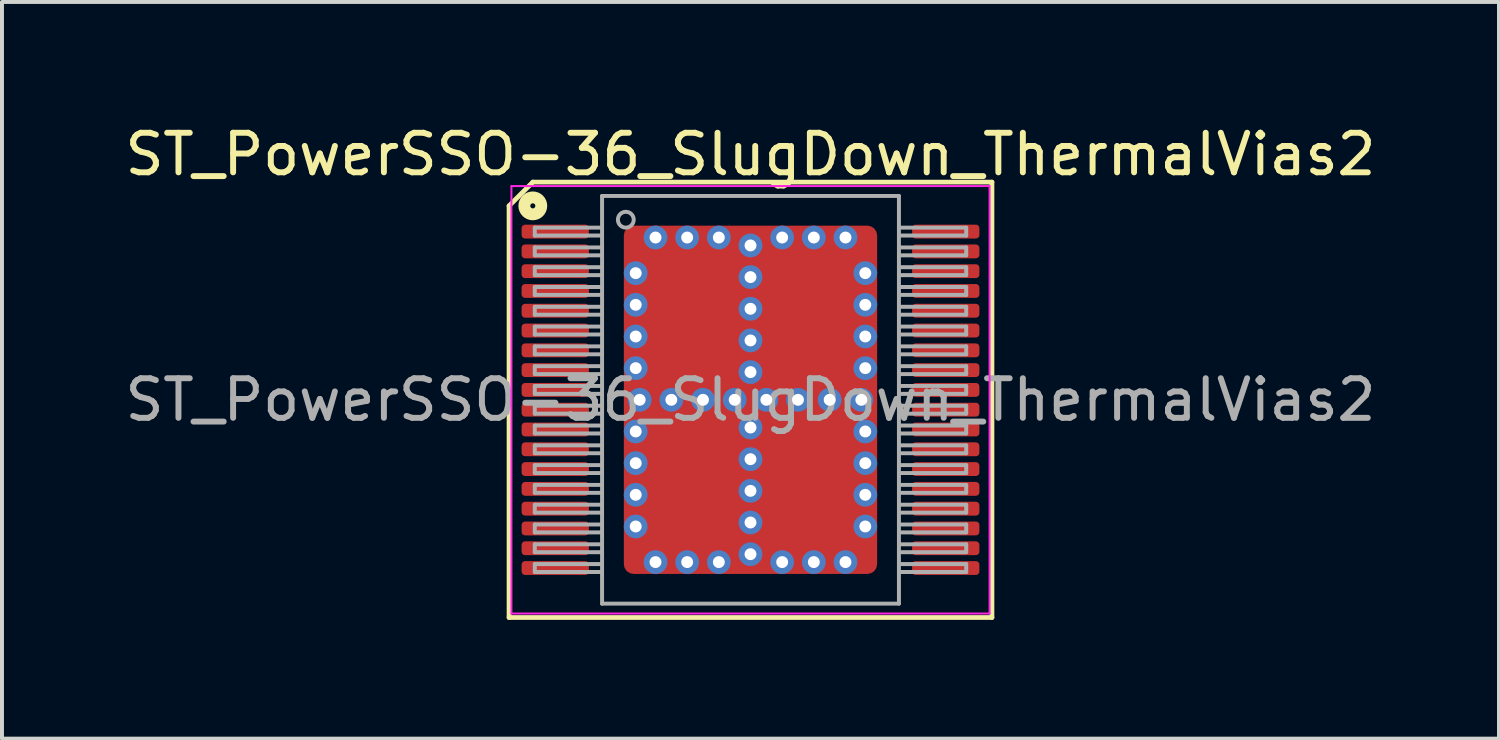
<source format=kicad_pcb>
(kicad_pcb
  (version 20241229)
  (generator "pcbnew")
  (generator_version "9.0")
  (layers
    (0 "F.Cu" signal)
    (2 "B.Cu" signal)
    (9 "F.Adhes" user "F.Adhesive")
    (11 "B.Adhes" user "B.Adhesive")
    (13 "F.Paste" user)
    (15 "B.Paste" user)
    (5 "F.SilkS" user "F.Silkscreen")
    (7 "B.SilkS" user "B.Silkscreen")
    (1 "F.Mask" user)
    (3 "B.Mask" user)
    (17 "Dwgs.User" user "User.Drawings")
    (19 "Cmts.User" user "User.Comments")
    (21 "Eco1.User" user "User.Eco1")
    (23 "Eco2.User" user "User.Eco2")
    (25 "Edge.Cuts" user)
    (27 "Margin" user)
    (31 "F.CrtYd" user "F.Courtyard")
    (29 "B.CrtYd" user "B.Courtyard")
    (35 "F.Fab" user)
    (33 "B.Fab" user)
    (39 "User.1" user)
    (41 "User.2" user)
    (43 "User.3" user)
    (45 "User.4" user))
  (footprint "ST_PowerSSO-36_SlugDown_ThermalVias2"
    (layer "F.Cu")
    (at 15.911 7.051)
    (property "Reference" "ST_PowerSSO-36_SlugDown_ThermalVias2" (at 0 -6.202 0) (layer "F.SilkS") (effects (font (size 1 1) (thickness 0.15))))
    (attr smd)
    (fp_line (start -6.1 -4.9) (end -6.1 5.5) (stroke (width 0.12) (type solid)) (layer "F.SilkS"))
    (fp_line (start -6.1 -4.9) (end -5.5 -5.5) (stroke (width 0.12) (type solid)) (layer "F.SilkS"))
    (fp_line (start -6.1 5.5) (end 6.1 5.5) (stroke (width 0.12) (type solid)) (layer "F.SilkS"))
    (fp_line (start 6.1 -5.5) (end -5.5 -5.5) (stroke (width 0.12) (type solid)) (layer "F.SilkS"))
    (fp_line (start 6.1 5.5) (end 6.1 -5.5) (stroke (width 0.12) (type solid)) (layer "F.SilkS"))
    (fp_circle (center -5.5 -4.9) (end -5.436 -4.9) (stroke (width 0.3) (type solid)) (fill no) (layer "F.SilkS"))
    (fp_line (start -6.04 -5.4) (end -6.04 5.4) (stroke (width 0.05) (type solid)) (layer "F.CrtYd"))
    (fp_line (start -6.04 -5.4) (end 6.04 -5.4) (stroke (width 0.05) (type solid)) (layer "F.CrtYd"))
    (fp_line (start 6.04 5.4) (end -6.04 5.4) (stroke (width 0.05) (type solid)) (layer "F.CrtYd"))
    (fp_line (start 6.04 5.4) (end 6.04 -5.4) (stroke (width 0.05) (type solid)) (layer "F.CrtYd"))
    (fp_line (start -5.45 -4.35) (end -5.45 -4.15) (stroke (width 0.1) (type solid)) (layer "F.Fab"))
    (fp_line (start -5.45 -4.35) (end -3.75 -4.35) (stroke (width 0.1) (type solid)) (layer "F.Fab"))
    (fp_line (start -5.45 -4.15) (end -3.75 -4.15) (stroke (width 0.1) (type solid)) (layer "F.Fab"))
    (fp_line (start -5.45 -3.85) (end -5.45 -3.65) (stroke (width 0.1) (type solid)) (layer "F.Fab"))
    (fp_line (start -5.45 -3.85) (end -3.75 -3.85) (stroke (width 0.1) (type solid)) (layer "F.Fab"))
    (fp_line (start -5.45 -3.65) (end -3.75 -3.65) (stroke (width 0.1) (type solid)) (layer "F.Fab"))
    (fp_line (start -5.45 -3.35) (end -5.45 -3.15) (stroke (width 0.1) (type solid)) (layer "F.Fab"))
    (fp_line (start -5.45 -3.35) (end -3.75 -3.35) (stroke (width 0.1) (type solid)) (layer "F.Fab"))
    (fp_line (start -5.45 -3.15) (end -3.75 -3.15) (stroke (width 0.1) (type solid)) (layer "F.Fab"))
    (fp_line (start -5.45 -2.85) (end -5.45 -2.65) (stroke (width 0.1) (type solid)) (layer "F.Fab"))
    (fp_line (start -5.45 -2.85) (end -3.75 -2.85) (stroke (width 0.1) (type solid)) (layer "F.Fab"))
    (fp_line (start -5.45 -2.65) (end -3.75 -2.65) (stroke (width 0.1) (type solid)) (layer "F.Fab"))
    (fp_line (start -5.45 -2.35) (end -5.45 -2.15) (stroke (width 0.1) (type solid)) (layer "F.Fab"))
    (fp_line (start -5.45 -2.35) (end -3.75 -2.35) (stroke (width 0.1) (type solid)) (layer "F.Fab"))
    (fp_line (start -5.45 -2.15) (end -3.75 -2.15) (stroke (width 0.1) (type solid)) (layer "F.Fab"))
    (fp_line (start -5.45 -1.85) (end -5.45 -1.65) (stroke (width 0.1) (type solid)) (layer "F.Fab"))
    (fp_line (start -5.45 -1.85) (end -3.75 -1.85) (stroke (width 0.1) (type solid)) (layer "F.Fab"))
    (fp_line (start -5.45 -1.65) (end -3.75 -1.65) (stroke (width 0.1) (type solid)) (layer "F.Fab"))
    (fp_line (start -5.45 -1.35) (end -5.45 -1.15) (stroke (width 0.1) (type solid)) (layer "F.Fab"))
    (fp_line (start -5.45 -1.35) (end -3.75 -1.35) (stroke (width 0.1) (type solid)) (layer "F.Fab"))
    (fp_line (start -5.45 -1.15) (end -3.75 -1.15) (stroke (width 0.1) (type solid)) (layer "F.Fab"))
    (fp_line (start -5.45 -0.85) (end -5.45 -0.65) (stroke (width 0.1) (type solid)) (layer "F.Fab"))
    (fp_line (start -5.45 -0.85) (end -3.75 -0.85) (stroke (width 0.1) (type solid)) (layer "F.Fab"))
    (fp_line (start -5.45 -0.65) (end -3.75 -0.65) (stroke (width 0.1) (type solid)) (layer "F.Fab"))
    (fp_line (start -5.45 -0.35) (end -5.45 -0.15) (stroke (width 0.1) (type solid)) (layer "F.Fab"))
    (fp_line (start -5.45 -0.35) (end -3.75 -0.35) (stroke (width 0.1) (type solid)) (layer "F.Fab"))
    (fp_line (start -5.45 -0.15) (end -3.75 -0.15) (stroke (width 0.1) (type solid)) (layer "F.Fab"))
    (fp_line (start -5.45 0.15) (end -5.45 0.35) (stroke (width 0.1) (type solid)) (layer "F.Fab"))
    (fp_line (start -5.45 0.15) (end -3.75 0.15) (stroke (width 0.1) (type solid)) (layer "F.Fab"))
    (fp_line (start -5.45 0.35) (end -3.75 0.35) (stroke (width 0.1) (type solid)) (layer "F.Fab"))
    (fp_line (start -5.45 0.65) (end -5.45 0.85) (stroke (width 0.1) (type solid)) (layer "F.Fab"))
    (fp_line (start -5.45 0.65) (end -3.75 0.65) (stroke (width 0.1) (type solid)) (layer "F.Fab"))
    (fp_line (start -5.45 0.85) (end -3.75 0.85) (stroke (width 0.1) (type solid)) (layer "F.Fab"))
    (fp_line (start -5.45 1.15) (end -5.45 1.35) (stroke (width 0.1) (type solid)) (layer "F.Fab"))
    (fp_line (start -5.45 1.15) (end -3.75 1.15) (stroke (width 0.1) (type solid)) (layer "F.Fab"))
    (fp_line (start -5.45 1.35) (end -3.75 1.35) (stroke (width 0.1) (type solid)) (layer "F.Fab"))
    (fp_line (start -5.45 1.65) (end -5.45 1.85) (stroke (width 0.1) (type solid)) (layer "F.Fab"))
    (fp_line (start -5.45 1.65) (end -3.75 1.65) (stroke (width 0.1) (type solid)) (layer "F.Fab"))
    (fp_line (start -5.45 1.85) (end -3.75 1.85) (stroke (width 0.1) (type solid)) (layer "F.Fab"))
    (fp_line (start -5.45 2.15) (end -5.45 2.35) (stroke (width 0.1) (type solid)) (layer "F.Fab"))
    (fp_line (start -5.45 2.15) (end -3.75 2.15) (stroke (width 0.1) (type solid)) (layer "F.Fab"))
    (fp_line (start -5.45 2.35) (end -3.75 2.35) (stroke (width 0.1) (type solid)) (layer "F.Fab"))
    (fp_line (start -5.45 2.65) (end -5.45 2.85) (stroke (width 0.1) (type solid)) (layer "F.Fab"))
    (fp_line (start -5.45 2.65) (end -3.75 2.65) (stroke (width 0.1) (type solid)) (layer "F.Fab"))
    (fp_line (start -5.45 2.85) (end -3.75 2.85) (stroke (width 0.1) (type solid)) (layer "F.Fab"))
    (fp_line (start -5.45 3.15) (end -5.45 3.35) (stroke (width 0.1) (type solid)) (layer "F.Fab"))
    (fp_line (start -5.45 3.15) (end -3.75 3.15) (stroke (width 0.1) (type solid)) (layer "F.Fab"))
    (fp_line (start -5.45 3.35) (end -3.75 3.35) (stroke (width 0.1) (type solid)) (layer "F.Fab"))
    (fp_line (start -5.45 3.65) (end -5.45 3.85) (stroke (width 0.1) (type solid)) (layer "F.Fab"))
    (fp_line (start -5.45 3.65) (end -3.75 3.65) (stroke (width 0.1) (type solid)) (layer "F.Fab"))
    (fp_line (start -5.45 3.85) (end -3.75 3.85) (stroke (width 0.1) (type solid)) (layer "F.Fab"))
    (fp_line (start -5.45 4.15) (end -5.45 4.35) (stroke (width 0.1) (type solid)) (layer "F.Fab"))
    (fp_line (start -5.45 4.15) (end -3.75 4.15) (stroke (width 0.1) (type solid)) (layer "F.Fab"))
    (fp_line (start -5.45 4.35) (end -3.75 4.35) (stroke (width 0.1) (type solid)) (layer "F.Fab"))
    (fp_line (start -3.75 -5.15) (end -3.75 5.15) (stroke (width 0.1) (type solid)) (layer "F.Fab"))
    (fp_line (start -3.75 5.15) (end 3.75 5.15) (stroke (width 0.1) (type solid)) (layer "F.Fab"))
    (fp_line (start 3.75 -5.15) (end -3.75 -5.15) (stroke (width 0.1) (type solid)) (layer "F.Fab"))
    (fp_line (start 3.75 5.15) (end 3.75 -5.15) (stroke (width 0.1) (type solid)) (layer "F.Fab"))
    (fp_line (start 5.45 -4.35) (end 3.75 -4.35) (stroke (width 0.1) (type solid)) (layer "F.Fab"))
    (fp_line (start 5.45 -4.15) (end 3.75 -4.15) (stroke (width 0.1) (type solid)) (layer "F.Fab"))
    (fp_line (start 5.45 -4.15) (end 5.45 -4.35) (stroke (width 0.1) (type solid)) (layer "F.Fab"))
    (fp_line (start 5.45 -3.85) (end 3.75 -3.85) (stroke (width 0.1) (type solid)) (layer "F.Fab"))
    (fp_line (start 5.45 -3.65) (end 3.75 -3.65) (stroke (width 0.1) (type solid)) (layer "F.Fab"))
    (fp_line (start 5.45 -3.65) (end 5.45 -3.85) (stroke (width 0.1) (type solid)) (layer "F.Fab"))
    (fp_line (start 5.45 -3.35) (end 3.75 -3.35) (stroke (width 0.1) (type solid)) (layer "F.Fab"))
    (fp_line (start 5.45 -3.15) (end 3.75 -3.15) (stroke (width 0.1) (type solid)) (layer "F.Fab"))
    (fp_line (start 5.45 -3.15) (end 5.45 -3.35) (stroke (width 0.1) (type solid)) (layer "F.Fab"))
    (fp_line (start 5.45 -2.85) (end 3.75 -2.85) (stroke (width 0.1) (type solid)) (layer "F.Fab"))
    (fp_line (start 5.45 -2.65) (end 3.75 -2.65) (stroke (width 0.1) (type solid)) (layer "F.Fab"))
    (fp_line (start 5.45 -2.65) (end 5.45 -2.85) (stroke (width 0.1) (type solid)) (layer "F.Fab"))
    (fp_line (start 5.45 -2.35) (end 3.75 -2.35) (stroke (width 0.1) (type solid)) (layer "F.Fab"))
    (fp_line (start 5.45 -2.15) (end 3.75 -2.15) (stroke (width 0.1) (type solid)) (layer "F.Fab"))
    (fp_line (start 5.45 -2.15) (end 5.45 -2.35) (stroke (width 0.1) (type solid)) (layer "F.Fab"))
    (fp_line (start 5.45 -1.85) (end 3.75 -1.85) (stroke (width 0.1) (type solid)) (layer "F.Fab"))
    (fp_line (start 5.45 -1.65) (end 3.75 -1.65) (stroke (width 0.1) (type solid)) (layer "F.Fab"))
    (fp_line (start 5.45 -1.65) (end 5.45 -1.85) (stroke (width 0.1) (type solid)) (layer "F.Fab"))
    (fp_line (start 5.45 -1.35) (end 3.75 -1.35) (stroke (width 0.1) (type solid)) (layer "F.Fab"))
    (fp_line (start 5.45 -1.15) (end 3.75 -1.15) (stroke (width 0.1) (type solid)) (layer "F.Fab"))
    (fp_line (start 5.45 -1.15) (end 5.45 -1.35) (stroke (width 0.1) (type solid)) (layer "F.Fab"))
    (fp_line (start 5.45 -0.85) (end 3.75 -0.85) (stroke (width 0.1) (type solid)) (layer "F.Fab"))
    (fp_line (start 5.45 -0.65) (end 3.75 -0.65) (stroke (width 0.1) (type solid)) (layer "F.Fab"))
    (fp_line (start 5.45 -0.65) (end 5.45 -0.85) (stroke (width 0.1) (type solid)) (layer "F.Fab"))
    (fp_line (start 5.45 -0.35) (end 3.75 -0.35) (stroke (width 0.1) (type solid)) (layer "F.Fab"))
    (fp_line (start 5.45 -0.15) (end 3.75 -0.15) (stroke (width 0.1) (type solid)) (layer "F.Fab"))
    (fp_line (start 5.45 -0.15) (end 5.45 -0.35) (stroke (width 0.1) (type solid)) (layer "F.Fab"))
    (fp_line (start 5.45 0.15) (end 3.75 0.15) (stroke (width 0.1) (type solid)) (layer "F.Fab"))
    (fp_line (start 5.45 0.35) (end 3.75 0.35) (stroke (width 0.1) (type solid)) (layer "F.Fab"))
    (fp_line (start 5.45 0.35) (end 5.45 0.15) (stroke (width 0.1) (type solid)) (layer "F.Fab"))
    (fp_line (start 5.45 0.65) (end 3.75 0.65) (stroke (width 0.1) (type solid)) (layer "F.Fab"))
    (fp_line (start 5.45 0.85) (end 3.75 0.85) (stroke (width 0.1) (type solid)) (layer "F.Fab"))
    (fp_line (start 5.45 0.85) (end 5.45 0.65) (stroke (width 0.1) (type solid)) (layer "F.Fab"))
    (fp_line (start 5.45 1.15) (end 3.75 1.15) (stroke (width 0.1) (type solid)) (layer "F.Fab"))
    (fp_line (start 5.45 1.35) (end 3.75 1.35) (stroke (width 0.1) (type solid)) (layer "F.Fab"))
    (fp_line (start 5.45 1.35) (end 5.45 1.15) (stroke (width 0.1) (type solid)) (layer "F.Fab"))
    (fp_line (start 5.45 1.65) (end 3.75 1.65) (stroke (width 0.1) (type solid)) (layer "F.Fab"))
    (fp_line (start 5.45 1.85) (end 3.75 1.85) (stroke (width 0.1) (type solid)) (layer "F.Fab"))
    (fp_line (start 5.45 1.85) (end 5.45 1.65) (stroke (width 0.1) (type solid)) (layer "F.Fab"))
    (fp_line (start 5.45 2.15) (end 3.75 2.15) (stroke (width 0.1) (type solid)) (layer "F.Fab"))
    (fp_line (start 5.45 2.35) (end 3.75 2.35) (stroke (width 0.1) (type solid)) (layer "F.Fab"))
    (fp_line (start 5.45 2.35) (end 5.45 2.15) (stroke (width 0.1) (type solid)) (layer "F.Fab"))
    (fp_line (start 5.45 2.65) (end 3.75 2.65) (stroke (width 0.1) (type solid)) (layer "F.Fab"))
    (fp_line (start 5.45 2.85) (end 3.75 2.85) (stroke (width 0.1) (type solid)) (layer "F.Fab"))
    (fp_line (start 5.45 2.85) (end 5.45 2.65) (stroke (width 0.1) (type solid)) (layer "F.Fab"))
    (fp_line (start 5.45 3.15) (end 3.75 3.15) (stroke (width 0.1) (type solid)) (layer "F.Fab"))
    (fp_line (start 5.45 3.35) (end 3.75 3.35) (stroke (width 0.1) (type solid)) (layer "F.Fab"))
    (fp_line (start 5.45 3.35) (end 5.45 3.15) (stroke (width 0.1) (type solid)) (layer "F.Fab"))
    (fp_line (start 5.45 3.65) (end 3.75 3.65) (stroke (width 0.1) (type solid)) (layer "F.Fab"))
    (fp_line (start 5.45 3.85) (end 3.75 3.85) (stroke (width 0.1) (type solid)) (layer "F.Fab"))
    (fp_line (start 5.45 3.85) (end 5.45 3.65) (stroke (width 0.1) (type solid)) (layer "F.Fab"))
    (fp_line (start 5.45 4.15) (end 3.75 4.15) (stroke (width 0.1) (type solid)) (layer "F.Fab"))
    (fp_line (start 5.45 4.35) (end 3.75 4.35) (stroke (width 0.1) (type solid)) (layer "F.Fab"))
    (fp_line (start 5.45 4.35) (end 5.45 4.15) (stroke (width 0.1) (type solid)) (layer "F.Fab"))
    (fp_circle (center -3.15 -4.55) (end -2.95 -4.55) (stroke (width 0.1) (type solid)) (fill no) (layer "F.Fab"))
    (fp_text user "${REFERENCE}" (at 0 0 0) (layer "F.Fab") (effects (font (size 1 1) (thickness 0.15))))
    (pad "" smd roundrect (at -1.975 -3.1) (size 0.85 0.9) (layers "F.Paste") (roundrect_rratio 0.179))
    (pad "" smd roundrect (at -1.975 -2) (size 0.85 0.9) (layers "F.Paste") (roundrect_rratio 0.179))
    (pad "" smd roundrect (at -1.975 -0.9) (size 0.85 0.9) (layers "F.Paste") (roundrect_rratio 0.179))
    (pad "" smd roundrect (at -1.975 0.9) (size 0.85 0.9) (layers "F.Paste") (roundrect_rratio 0.179))
    (pad "" smd roundrect (at -1.975 2) (size 0.85 0.9) (layers "F.Paste") (roundrect_rratio 0.179))
    (pad "" smd roundrect (at -1.975 3.1) (size 0.85 0.9) (layers "F.Paste") (roundrect_rratio 0.179))
    (pad "" smd roundrect (at -1.45 -2.025) (size 2.3 3.45) (layers "F.Mask") (roundrect_rratio 0.109))
    (pad "" smd roundrect (at -1.45 2.025) (size 2.3 3.45) (layers "F.Mask") (roundrect_rratio 0.109))
    (pad "" smd roundrect (at -0.925 -3.1) (size 0.85 0.9) (layers "F.Paste") (roundrect_rratio 0.179))
    (pad "" smd roundrect (at -0.925 -2) (size 0.85 0.9) (layers "F.Paste") (roundrect_rratio 0.179))
    (pad "" smd roundrect (at -0.925 -0.9) (size 0.85 0.9) (layers "F.Paste") (roundrect_rratio 0.179))
    (pad "" smd roundrect (at -0.925 0.9) (size 0.85 0.9) (layers "F.Paste") (roundrect_rratio 0.179))
    (pad "" smd roundrect (at -0.925 2) (size 0.85 0.9) (layers "F.Paste") (roundrect_rratio 0.179))
    (pad "" smd roundrect (at -0.925 3.1) (size 0.85 0.9) (layers "F.Paste") (roundrect_rratio 0.179))
    (pad "" smd roundrect (at 0.925 -3.1) (size 0.85 0.9) (layers "F.Paste") (roundrect_rratio 0.179))
    (pad "" smd roundrect (at 0.925 -2) (size 0.85 0.9) (layers "F.Paste") (roundrect_rratio 0.179))
    (pad "" smd roundrect (at 0.925 -0.9) (size 0.85 0.9) (layers "F.Paste") (roundrect_rratio 0.179))
    (pad "" smd roundrect (at 0.925 0.9) (size 0.85 0.9) (layers "F.Paste") (roundrect_rratio 0.179))
    (pad "" smd roundrect (at 0.925 2) (size 0.85 0.9) (layers "F.Paste") (roundrect_rratio 0.179))
    (pad "" smd roundrect (at 0.925 3.1) (size 0.85 0.9) (layers "F.Paste") (roundrect_rratio 0.179))
    (pad "" smd roundrect (at 1.45 -2.025) (size 2.3 3.45) (layers "F.Mask") (roundrect_rratio 0.109))
    (pad "" smd roundrect (at 1.45 2.025) (size 2.3 3.45) (layers "F.Mask") (roundrect_rratio 0.109))
    (pad "" smd roundrect (at 1.975 -3.1) (size 0.85 0.9) (layers "F.Paste") (roundrect_rratio 0.179))
    (pad "" smd roundrect (at 1.975 -2) (size 0.85 0.9) (layers "F.Paste") (roundrect_rratio 0.179))
    (pad "" smd roundrect (at 1.975 -0.9) (size 0.85 0.9) (layers "F.Paste") (roundrect_rratio 0.179))
    (pad "" smd roundrect (at 1.975 0.9) (size 0.85 0.9) (layers "F.Paste") (roundrect_rratio 0.179))
    (pad "" smd roundrect (at 1.975 2) (size 0.85 0.9) (layers "F.Paste") (roundrect_rratio 0.179))
    (pad "" smd roundrect (at 1.975 3.1) (size 0.85 0.9) (layers "F.Paste") (roundrect_rratio 0.179))
    (pad "1" smd roundrect (at -4.933 -4.25) (size 1.7 0.35) (layers "F.Cu" "F.Mask" "F.Paste") (roundrect_rratio 0.25))
    (pad "2" smd roundrect (at -4.933 -3.75) (size 1.7 0.35) (layers "F.Cu" "F.Mask" "F.Paste") (roundrect_rratio 0.25))
    (pad "3" smd roundrect (at -4.933 -3.25) (size 1.7 0.35) (layers "F.Cu" "F.Mask" "F.Paste") (roundrect_rratio 0.25))
    (pad "4" smd roundrect (at -4.933 -2.75) (size 1.7 0.35) (layers "F.Cu" "F.Mask" "F.Paste") (roundrect_rratio 0.25))
    (pad "5" smd roundrect (at -4.933 -2.25) (size 1.7 0.35) (layers "F.Cu" "F.Mask" "F.Paste") (roundrect_rratio 0.25))
    (pad "6" smd roundrect (at -4.933 -1.75) (size 1.7 0.35) (layers "F.Cu" "F.Mask" "F.Paste") (roundrect_rratio 0.25))
    (pad "7" smd roundrect (at -4.933 -1.25) (size 1.7 0.35) (layers "F.Cu" "F.Mask" "F.Paste") (roundrect_rratio 0.25))
    (pad "8" smd roundrect (at -4.933 -0.75) (size 1.7 0.35) (layers "F.Cu" "F.Mask" "F.Paste") (roundrect_rratio 0.25))
    (pad "9" smd roundrect (at -4.933 -0.25) (size 1.7 0.35) (layers "F.Cu" "F.Mask" "F.Paste") (roundrect_rratio 0.25))
    (pad "10" smd roundrect (at -4.933 0.25) (size 1.7 0.35) (layers "F.Cu" "F.Mask" "F.Paste") (roundrect_rratio 0.25))
    (pad "11" smd roundrect (at -4.933 0.75) (size 1.7 0.35) (layers "F.Cu" "F.Mask" "F.Paste") (roundrect_rratio 0.25))
    (pad "12" smd roundrect (at -4.933 1.25) (size 1.7 0.35) (layers "F.Cu" "F.Mask" "F.Paste") (roundrect_rratio 0.25))
    (pad "13" smd roundrect (at -4.933 1.75) (size 1.7 0.35) (layers "F.Cu" "F.Mask" "F.Paste") (roundrect_rratio 0.25))
    (pad "14" smd roundrect (at -4.933 2.25) (size 1.7 0.35) (layers "F.Cu" "F.Mask" "F.Paste") (roundrect_rratio 0.25))
    (pad "15" smd roundrect (at -4.933 2.75) (size 1.7 0.35) (layers "F.Cu" "F.Mask" "F.Paste") (roundrect_rratio 0.25))
    (pad "16" smd roundrect (at -4.933 3.25) (size 1.7 0.35) (layers "F.Cu" "F.Mask" "F.Paste") (roundrect_rratio 0.25))
    (pad "17" smd roundrect (at -4.933 3.75) (size 1.7 0.35) (layers "F.Cu" "F.Mask" "F.Paste") (roundrect_rratio 0.25))
    (pad "18" smd roundrect (at -4.933 4.25) (size 1.7 0.35) (layers "F.Cu" "F.Mask" "F.Paste") (roundrect_rratio 0.25))
    (pad "19" smd roundrect (at 4.933 4.25) (size 1.7 0.35) (layers "F.Cu" "F.Mask" "F.Paste") (roundrect_rratio 0.25))
    (pad "20" smd roundrect (at 4.933 3.75) (size 1.7 0.35) (layers "F.Cu" "F.Mask" "F.Paste") (roundrect_rratio 0.25))
    (pad "21" smd roundrect (at 4.933 3.25) (size 1.7 0.35) (layers "F.Cu" "F.Mask" "F.Paste") (roundrect_rratio 0.25))
    (pad "22" smd roundrect (at 4.933 2.75) (size 1.7 0.35) (layers "F.Cu" "F.Mask" "F.Paste") (roundrect_rratio 0.25))
    (pad "23" smd roundrect (at 4.933 2.25) (size 1.7 0.35) (layers "F.Cu" "F.Mask" "F.Paste") (roundrect_rratio 0.25))
    (pad "24" smd roundrect (at 4.933 1.75) (size 1.7 0.35) (layers "F.Cu" "F.Mask" "F.Paste") (roundrect_rratio 0.25))
    (pad "25" smd roundrect (at 4.933 1.25) (size 1.7 0.35) (layers "F.Cu" "F.Mask" "F.Paste") (roundrect_rratio 0.25))
    (pad "26" smd roundrect (at 4.933 0.75) (size 1.7 0.35) (layers "F.Cu" "F.Mask" "F.Paste") (roundrect_rratio 0.25))
    (pad "27" smd roundrect (at 4.933 0.25) (size 1.7 0.35) (layers "F.Cu" "F.Mask" "F.Paste") (roundrect_rratio 0.25))
    (pad "28" smd roundrect (at 4.933 -0.25) (size 1.7 0.35) (layers "F.Cu" "F.Mask" "F.Paste") (roundrect_rratio 0.25))
    (pad "29" smd roundrect (at 4.933 -0.75) (size 1.7 0.35) (layers "F.Cu" "F.Mask" "F.Paste") (roundrect_rratio 0.25))
    (pad "30" smd roundrect (at 4.933 -1.25) (size 1.7 0.35) (layers "F.Cu" "F.Mask" "F.Paste") (roundrect_rratio 0.25))
    (pad "31" smd roundrect (at 4.933 -1.75) (size 1.7 0.35) (layers "F.Cu" "F.Mask" "F.Paste") (roundrect_rratio 0.25))
    (pad "32" smd roundrect (at 4.933 -2.25) (size 1.7 0.35) (layers "F.Cu" "F.Mask" "F.Paste") (roundrect_rratio 0.25))
    (pad "33" smd roundrect (at 4.933 -2.75) (size 1.7 0.35) (layers "F.Cu" "F.Mask" "F.Paste") (roundrect_rratio 0.25))
    (pad "34" smd roundrect (at 4.933 -3.25) (size 1.7 0.35) (layers "F.Cu" "F.Mask" "F.Paste") (roundrect_rratio 0.25))
    (pad "35" smd roundrect (at 4.933 -3.75) (size 1.7 0.35) (layers "F.Cu" "F.Mask" "F.Paste") (roundrect_rratio 0.25))
    (pad "36" smd roundrect (at 4.933 -4.25) (size 1.7 0.35) (layers "F.Cu" "F.Mask" "F.Paste") (roundrect_rratio 0.25))
    (pad "37" thru_hole circle (at -2.9 -3.2 180) (size 0.6 0.6) (drill 0.3) (property pad_prop_heatsink) (layers "*.Cu" "*.Mask"))
    (pad "37" thru_hole circle (at -2.9 -2.4 180) (size 0.6 0.6) (drill 0.3) (property pad_prop_heatsink) (layers "*.Cu" "*.Mask"))
    (pad "37" thru_hole circle (at -2.9 -1.6 180) (size 0.6 0.6) (drill 0.3) (property pad_prop_heatsink) (layers "*.Cu" "*.Mask"))
    (pad "37" thru_hole circle (at -2.9 -0.8 180) (size 0.6 0.6) (drill 0.3) (property pad_prop_heatsink) (layers "*.Cu" "*.Mask"))
    (pad "37" thru_hole circle (at -2.9 0.8) (size 0.6 0.6) (drill 0.3) (property pad_prop_heatsink) (layers "*.Cu" "*.Mask"))
    (pad "37" thru_hole circle (at -2.9 1.6) (size 0.6 0.6) (drill 0.3) (property pad_prop_heatsink) (layers "*.Cu" "*.Mask"))
    (pad "37" thru_hole circle (at -2.9 2.4) (size 0.6 0.6) (drill 0.3) (property pad_prop_heatsink) (layers "*.Cu" "*.Mask"))
    (pad "37" thru_hole circle (at -2.9 3.2) (size 0.6 0.6) (drill 0.3) (property pad_prop_heatsink) (layers "*.Cu" "*.Mask"))
    (pad "37" thru_hole circle (at -2.8 0) (size 0.6 0.6) (drill 0.3) (property pad_prop_heatsink) (layers "*.Cu" "*.Mask"))
    (pad "37" thru_hole circle (at -2.4 -4.1 180) (size 0.6 0.6) (drill 0.3) (property pad_prop_heatsink) (layers "*.Cu" "*.Mask"))
    (pad "37" thru_hole circle (at -2.4 4.1) (size 0.6 0.6) (drill 0.3) (property pad_prop_heatsink) (layers "*.Cu" "*.Mask"))
    (pad "37" thru_hole circle (at -2 0) (size 0.6 0.6) (drill 0.3) (property pad_prop_heatsink) (layers "*.Cu" "*.Mask"))
    (pad "37" thru_hole circle (at -1.6 -4.1 180) (size 0.6 0.6) (drill 0.3) (property pad_prop_heatsink) (layers "*.Cu" "*.Mask"))
    (pad "37" thru_hole circle (at -1.6 4.1) (size 0.6 0.6) (drill 0.3) (property pad_prop_heatsink) (layers "*.Cu" "*.Mask"))
    (pad "37" thru_hole circle (at -1.2 0) (size 0.6 0.6) (drill 0.3) (property pad_prop_heatsink) (layers "*.Cu" "*.Mask"))
    (pad "37" thru_hole circle (at -0.8 -4.1 180) (size 0.6 0.6) (drill 0.3) (property pad_prop_heatsink) (layers "*.Cu" "*.Mask"))
    (pad "37" thru_hole circle (at -0.8 4.1) (size 0.6 0.6) (drill 0.3) (property pad_prop_heatsink) (layers "*.Cu" "*.Mask"))
    (pad "37" thru_hole circle (at -0.4 0) (size 0.6 0.6) (drill 0.3) (property pad_prop_heatsink) (layers "*.Cu" "*.Mask"))
    (pad "37" thru_hole circle (at 0 -3.9) (size 0.6 0.6) (drill 0.3) (property pad_prop_heatsink) (layers "*.Cu" "*.Mask"))
    (pad "37" thru_hole circle (at 0 -3.1) (size 0.6 0.6) (drill 0.3) (property pad_prop_heatsink) (layers "*.Cu" "*.Mask"))
    (pad "37" thru_hole circle (at 0 -2.3) (size 0.6 0.6) (drill 0.3) (property pad_prop_heatsink) (layers "*.Cu" "*.Mask"))
    (pad "37" thru_hole circle (at 0 -1.5) (size 0.6 0.6) (drill 0.3) (property pad_prop_heatsink) (layers "*.Cu" "*.Mask"))
    (pad "37" thru_hole circle (at 0 -0.7) (size 0.6 0.6) (drill 0.3) (property pad_prop_heatsink) (layers "*.Cu" "*.Mask"))
    (pad "37" smd roundrect (at 0 0) (size 6.4 8.8) (layers "F.Cu") (roundrect_rratio 0.039))
    (pad "37" thru_hole circle (at 0 0.7) (size 0.6 0.6) (drill 0.3) (property pad_prop_heatsink) (layers "*.Cu" "*.Mask"))
    (pad "37" thru_hole circle (at 0 1.5) (size 0.6 0.6) (drill 0.3) (property pad_prop_heatsink) (layers "*.Cu" "*.Mask"))
    (pad "37" thru_hole circle (at 0 2.3) (size 0.6 0.6) (drill 0.3) (property pad_prop_heatsink) (layers "*.Cu" "*.Mask"))
    (pad "37" thru_hole circle (at 0 3.1) (size 0.6 0.6) (drill 0.3) (property pad_prop_heatsink) (layers "*.Cu" "*.Mask"))
    (pad "37" thru_hole circle (at 0 3.9) (size 0.6 0.6) (drill 0.3) (property pad_prop_heatsink) (layers "*.Cu" "*.Mask"))
    (pad "37" thru_hole circle (at 0.4 0) (size 0.6 0.6) (drill 0.3) (property pad_prop_heatsink) (layers "*.Cu" "*.Mask"))
    (pad "37" thru_hole circle (at 0.8 -4.1 180) (size 0.6 0.6) (drill 0.3) (property pad_prop_heatsink) (layers "*.Cu" "*.Mask"))
    (pad "37" thru_hole circle (at 0.8 4.1) (size 0.6 0.6) (drill 0.3) (property pad_prop_heatsink) (layers "*.Cu" "*.Mask"))
    (pad "37" thru_hole circle (at 1.2 0) (size 0.6 0.6) (drill 0.3) (property pad_prop_heatsink) (layers "*.Cu" "*.Mask"))
    (pad "37" thru_hole circle (at 1.6 -4.1 180) (size 0.6 0.6) (drill 0.3) (property pad_prop_heatsink) (layers "*.Cu" "*.Mask"))
    (pad "37" thru_hole circle (at 1.6 4.1) (size 0.6 0.6) (drill 0.3) (property pad_prop_heatsink) (layers "*.Cu" "*.Mask"))
    (pad "37" thru_hole circle (at 2 0) (size 0.6 0.6) (drill 0.3) (property pad_prop_heatsink) (layers "*.Cu" "*.Mask"))
    (pad "37" thru_hole circle (at 2.4 -4.1 180) (size 0.6 0.6) (drill 0.3) (property pad_prop_heatsink) (layers "*.Cu" "*.Mask"))
    (pad "37" thru_hole circle (at 2.4 4.1) (size 0.6 0.6) (drill 0.3) (property pad_prop_heatsink) (layers "*.Cu" "*.Mask"))
    (pad "37" thru_hole circle (at 2.8 0) (size 0.6 0.6) (drill 0.3) (property pad_prop_heatsink) (layers "*.Cu" "*.Mask"))
    (pad "37" thru_hole circle (at 2.9 -3.2 180) (size 0.6 0.6) (drill 0.3) (property pad_prop_heatsink) (layers "*.Cu" "*.Mask"))
    (pad "37" thru_hole circle (at 2.9 -2.4 180) (size 0.6 0.6) (drill 0.3) (property pad_prop_heatsink) (layers "*.Cu" "*.Mask"))
    (pad "37" thru_hole circle (at 2.9 -1.6 180) (size 0.6 0.6) (drill 0.3) (property pad_prop_heatsink) (layers "*.Cu" "*.Mask"))
    (pad "37" thru_hole circle (at 2.9 -0.8 180) (size 0.6 0.6) (drill 0.3) (property pad_prop_heatsink) (layers "*.Cu" "*.Mask"))
    (pad "37" thru_hole circle (at 2.9 0.8) (size 0.6 0.6) (drill 0.3) (property pad_prop_heatsink) (layers "*.Cu" "*.Mask"))
    (pad "37" thru_hole circle (at 2.9 1.6) (size 0.6 0.6) (drill 0.3) (property pad_prop_heatsink) (layers "*.Cu" "*.Mask"))
    (pad "37" thru_hole circle (at 2.9 2.4) (size 0.6 0.6) (drill 0.3) (property pad_prop_heatsink) (layers "*.Cu" "*.Mask"))
    (pad "37" thru_hole circle (at 2.9 3.2) (size 0.6 0.6) (drill 0.3) (property pad_prop_heatsink) (layers "*.Cu" "*.Mask")))
  (gr_rect
    (start -3 -3)
    (end 34.821 15.611)
    (stroke (width 0.1) (type default))
    (fill no)
    (layer "Edge.Cuts")))
</source>
